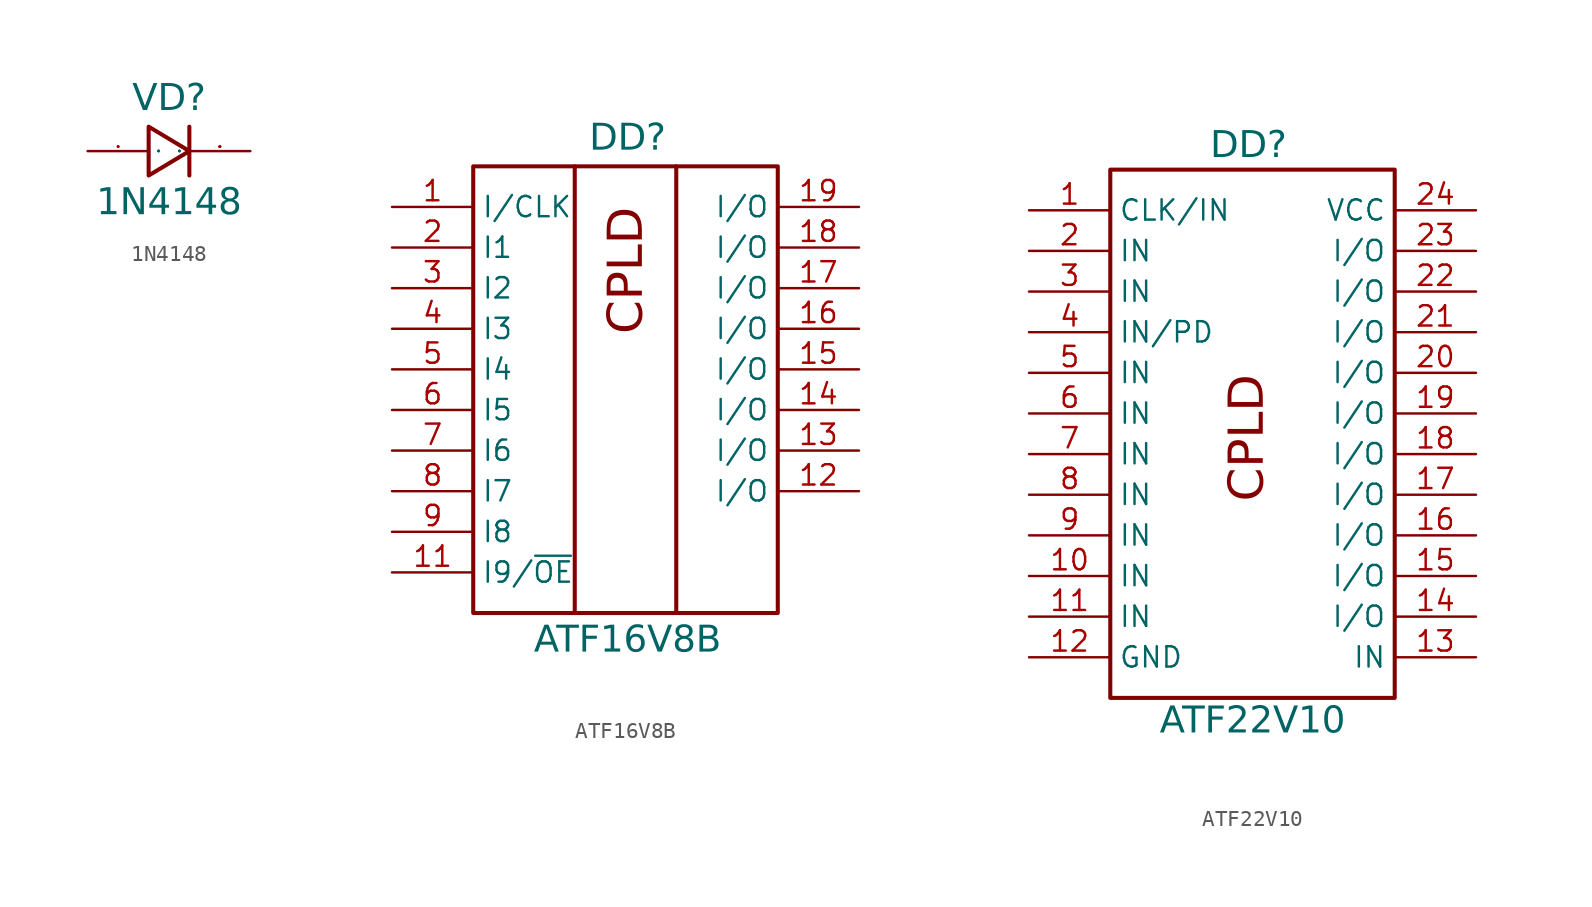
<source format=kicad_sym>
(kicad_symbol_lib
  (version 20241209)
  (generator "kicad_symbol_editor")
  (generator_version "9.0")
  (symbol "1N4148"
    (property "Reference" "VD"
      (at 0 2.286 0)
      (do_not_autoplace)
      (effects (font (face "Input Sans Condensed") (size 1.651 1.651)) (justify bottom)))
    (property "Value" "1N4148"
      (at 0 -2.286 0)
      (do_not_autoplace)
      (effects (font (face "Input Sans Condensed") (size 1.651 1.651)) (justify top)))
    (symbol "1N4148_0_0"
      (polyline (pts (xy -1.27 -1.524) (xy 1.27 0) (xy -1.27 1.524) (xy -1.27 -1.524)) (stroke (width 0.254) (type solid)) (fill (type none)))
      (polyline (pts (xy 1.27 1.524) (xy 1.27 -1.524)) (stroke (width 0.254) (type solid)) (fill (type none))))
    (symbol "1N4148_1_0"
      (pin passive line (at -5.08 0 0) (length 3.81) (name "A" (effects (font (size 0.025 0.025)))) (number "1" (effects (font (size 0.025 0.025)))))
      (pin passive line (at 5.08 0 180) (length 3.81) (name "K" (effects (font (size 0.025 0.025)))) (number "2" (effects (font (size 0.025 0.025)))))))
  (symbol "ATF16V8B"
    (property "Reference" "DD"
      (at 14.732 3.302 0)
      (do_not_autoplace)
      (effects (font (face "Input Sans Condensed") (size 1.651 1.651)) (justify bottom)))
    (property "Value" "ATF16V8B"
      (at 14.732 -26.162 0)
      (do_not_autoplace)
      (effects (font (face "Input Sans Condensed") (size 1.651 1.651)) (justify top)))
    (symbol "ATF16V8B_0_0"
      (rectangle (start 5.08 2.54) (end 11.43 -25.4) (stroke (width 0.254) (type solid)) (fill (type none)))
      (polyline (pts (xy 11.43 2.54) (xy 17.78 2.54)) (stroke (width 0.254) (type solid)) (fill (type none)))
      (polyline (pts (xy 11.43 -25.4) (xy 17.78 -25.4)) (stroke (width 0.254) (type solid)) (fill (type none)))
      (rectangle (start 17.78 2.54) (end 24.13 -25.4) (stroke (width 0.254) (type solid)) (fill (type none)))
      (pin input line (at 0 0 0) (length 5.08) (name "I/CLK" (effects (font (size 1.27 1.27)))) (number "1" (effects (font (size 1.27 1.27)))))
      (pin input line (at 0 -2.54 0) (length 5.08) (name "I1" (effects (font (size 1.27 1.27)))) (number "2" (effects (font (size 1.27 1.27)))))
      (pin input line (at 0 -5.08 0) (length 5.08) (name "I2" (effects (font (size 1.27 1.27)))) (number "3" (effects (font (size 1.27 1.27)))))
      (pin input line (at 0 -7.62 0) (length 5.08) (name "I3" (effects (font (size 1.27 1.27)))) (number "4" (effects (font (size 1.27 1.27)))))
      (pin input line (at 0 -10.16 0) (length 5.08) (name "I4" (effects (font (size 1.27 1.27)))) (number "5" (effects (font (size 1.27 1.27)))))
      (pin input line (at 0 -12.7 0) (length 5.08) (name "I5" (effects (font (size 1.27 1.27)))) (number "6" (effects (font (size 1.27 1.27)))))
      (pin input line (at 0 -15.24 0) (length 5.08) (name "I6" (effects (font (size 1.27 1.27)))) (number "7" (effects (font (size 1.27 1.27)))))
      (pin input line (at 0 -17.78 0) (length 5.08) (name "I7" (effects (font (size 1.27 1.27)))) (number "8" (effects (font (size 1.27 1.27)))))
      (pin input line (at 0 -20.32 0) (length 5.08) (name "I8" (effects (font (size 1.27 1.27)))) (number "9" (effects (font (size 1.27 1.27)))))
      (pin bidirectional line (at 29.21 0 180) (length 5.08) (name "I/O" (effects (font (size 1.27 1.27)))) (number "19" (effects (font (size 1.27 1.27)))))
      (pin bidirectional line (at 29.21 -2.54 180) (length 5.08) (name "I/O" (effects (font (size 1.27 1.27)))) (number "18" (effects (font (size 1.27 1.27)))))
      (pin bidirectional line (at 29.21 -5.08 180) (length 5.08) (name "I/O" (effects (font (size 1.27 1.27)))) (number "17" (effects (font (size 1.27 1.27)))))
      (pin bidirectional line (at 29.21 -7.62 180) (length 5.08) (name "I/O" (effects (font (size 1.27 1.27)))) (number "16" (effects (font (size 1.27 1.27)))))
      (pin bidirectional line (at 29.21 -10.16 180) (length 5.08) (name "I/O" (effects (font (size 1.27 1.27)))) (number "15" (effects (font (size 1.27 1.27)))))
      (pin bidirectional line (at 29.21 -12.7 180) (length 5.08) (name "I/O" (effects (font (size 1.27 1.27)))) (number "14" (effects (font (size 1.27 1.27)))))
      (pin bidirectional line (at 29.21 -15.24 180) (length 5.08) (name "I/O" (effects (font (size 1.27 1.27)))) (number "13" (effects (font (size 1.27 1.27)))))
      (pin bidirectional line (at 29.21 -17.78 180) (length 5.08) (name "I/O" (effects (font (size 1.27 1.27)))) (number "12" (effects (font (size 1.27 1.27))))))
    (symbol "ATF16V8B_1_0"
      (pin input line (at 0 -22.86 0) (length 5.08) (name "I9/~{OE}" (effects (font (size 1.27 1.27)))) (number "11" (effects (font (size 1.27 1.27)))))
      (pin power_in line (at 26.67 -20.32 180) (length 2.54) (hide yes) (name "VCC" (effects (font (size 1.27 1.27)))) (number "20" (effects (font (size 1.27 1.27)))))
      (pin power_in line (at 26.67 -22.86 180) (length 2.54) (hide yes) (name "GND" (effects (font (size 1.27 1.27)))) (number "10" (effects (font (size 1.27 1.27))))))
    (symbol "ATF16V8B_1_1"
      (text "CPLD" (at 14.732 0 900) (effects (font (face "Input Sans Condensed") (size 2.159 2.159)) (justify right)))))
  (symbol "ATF22V10"
    (property "Reference" "DD"
      (at 13.716 3.048 0)
      (do_not_autoplace)
      (effects (font (face "Input Sans Condensed") (size 1.651 1.651)) (justify bottom)))
    (property "Value" "ATF22V10"
      (at 13.97 -30.988 0)
      (do_not_autoplace)
      (effects (font (face "Input Sans Condensed") (size 1.651 1.651)) (justify top)))
    (symbol "ATF22V10_0_0"
      (rectangle (start 5.08 2.54) (end 22.86 -30.48) (stroke (width 0.254) (type solid)) (fill (type none)))
      (pin input line (at 0 -10.16 0) (length 5.08) (name "IN" (effects (font (size 1.27 1.27)))) (number "5" (effects (font (size 1.27 1.27)))))
      (pin input line (at 0 -12.7 0) (length 5.08) (name "IN" (effects (font (size 1.27 1.27)))) (number "6" (effects (font (size 1.27 1.27)))))
      (pin input line (at 0 -15.24 0) (length 5.08) (name "IN" (effects (font (size 1.27 1.27)))) (number "7" (effects (font (size 1.27 1.27)))))
      (pin input line (at 0 -17.78 0) (length 5.08) (name "IN" (effects (font (size 1.27 1.27)))) (number "8" (effects (font (size 1.27 1.27)))))
      (pin input line (at 0 -20.32 0) (length 5.08) (name "IN" (effects (font (size 1.27 1.27)))) (number "9" (effects (font (size 1.27 1.27)))))
      (pin input line (at 0 -22.86 0) (length 5.08) (name "IN" (effects (font (size 1.27 1.27)))) (number "10" (effects (font (size 1.27 1.27)))))
      (pin input line (at 0 -25.4 0) (length 5.08) (name "IN" (effects (font (size 1.27 1.27)))) (number "11" (effects (font (size 1.27 1.27)))))
      (pin power_in line (at 0 -27.94 0) (length 5.08) (name "GND" (effects (font (size 1.27 1.27)))) (number "12" (effects (font (size 1.27 1.27)))))
      (pin power_in line (at 27.94 0 180) (length 5.08) (name "VCC" (effects (font (size 1.27 1.27)))) (number "24" (effects (font (size 1.27 1.27)))))
      (pin bidirectional line (at 27.94 -2.54 180) (length 5.08) (name "I/O" (effects (font (size 1.27 1.27)))) (number "23" (effects (font (size 1.27 1.27)))))
      (pin bidirectional line (at 27.94 -5.08 180) (length 5.08) (name "I/O" (effects (font (size 1.27 1.27)))) (number "22" (effects (font (size 1.27 1.27)))))
      (pin bidirectional line (at 27.94 -7.62 180) (length 5.08) (name "I/O" (effects (font (size 1.27 1.27)))) (number "21" (effects (font (size 1.27 1.27)))))
      (pin bidirectional line (at 27.94 -10.16 180) (length 5.08) (name "I/O" (effects (font (size 1.27 1.27)))) (number "20" (effects (font (size 1.27 1.27)))))
      (pin bidirectional line (at 27.94 -12.7 180) (length 5.08) (name "I/O" (effects (font (size 1.27 1.27)))) (number "19" (effects (font (size 1.27 1.27)))))
      (pin bidirectional line (at 27.94 -15.24 180) (length 5.08) (name "I/O" (effects (font (size 1.27 1.27)))) (number "18" (effects (font (size 1.27 1.27)))))
      (pin bidirectional line (at 27.94 -17.78 180) (length 5.08) (name "I/O" (effects (font (size 1.27 1.27)))) (number "17" (effects (font (size 1.27 1.27)))))
      (pin bidirectional line (at 27.94 -20.32 180) (length 5.08) (name "I/O" (effects (font (size 1.27 1.27)))) (number "16" (effects (font (size 1.27 1.27)))))
      (pin bidirectional line (at 27.94 -22.86 180) (length 5.08) (name "I/O" (effects (font (size 1.27 1.27)))) (number "15" (effects (font (size 1.27 1.27)))))
      (pin bidirectional line (at 27.94 -25.4 180) (length 5.08) (name "I/O" (effects (font (size 1.27 1.27)))) (number "14" (effects (font (size 1.27 1.27)))))
      (pin input line (at 27.94 -27.94 180) (length 5.08) (name "IN" (effects (font (size 1.27 1.27)))) (number "13" (effects (font (size 1.27 1.27))))))
    (symbol "ATF22V10_1_0"
      (pin input line (at 0 0 0) (length 5.08) (name "CLK/IN" (effects (font (size 1.27 1.27)))) (number "1" (effects (font (size 1.27 1.27)))))
      (pin input line (at 0 -2.54 0) (length 5.08) (name "IN" (effects (font (size 1.27 1.27)))) (number "2" (effects (font (size 1.27 1.27)))))
      (pin input line (at 0 -5.08 0) (length 5.08) (name "IN" (effects (font (size 1.27 1.27)))) (number "3" (effects (font (size 1.27 1.27)))))
      (pin input line (at 0 -7.62 0) (length 5.08) (name "IN/PD" (effects (font (size 1.27 1.27)))) (number "4" (effects (font (size 1.27 1.27))))))
    (symbol "ATF22V10_1_1"
      (text "CPLD" (at 13.716 -14.224 900) (effects (font (face "Input Sans Condensed") (size 2.159 2.159)))))))
</source>
